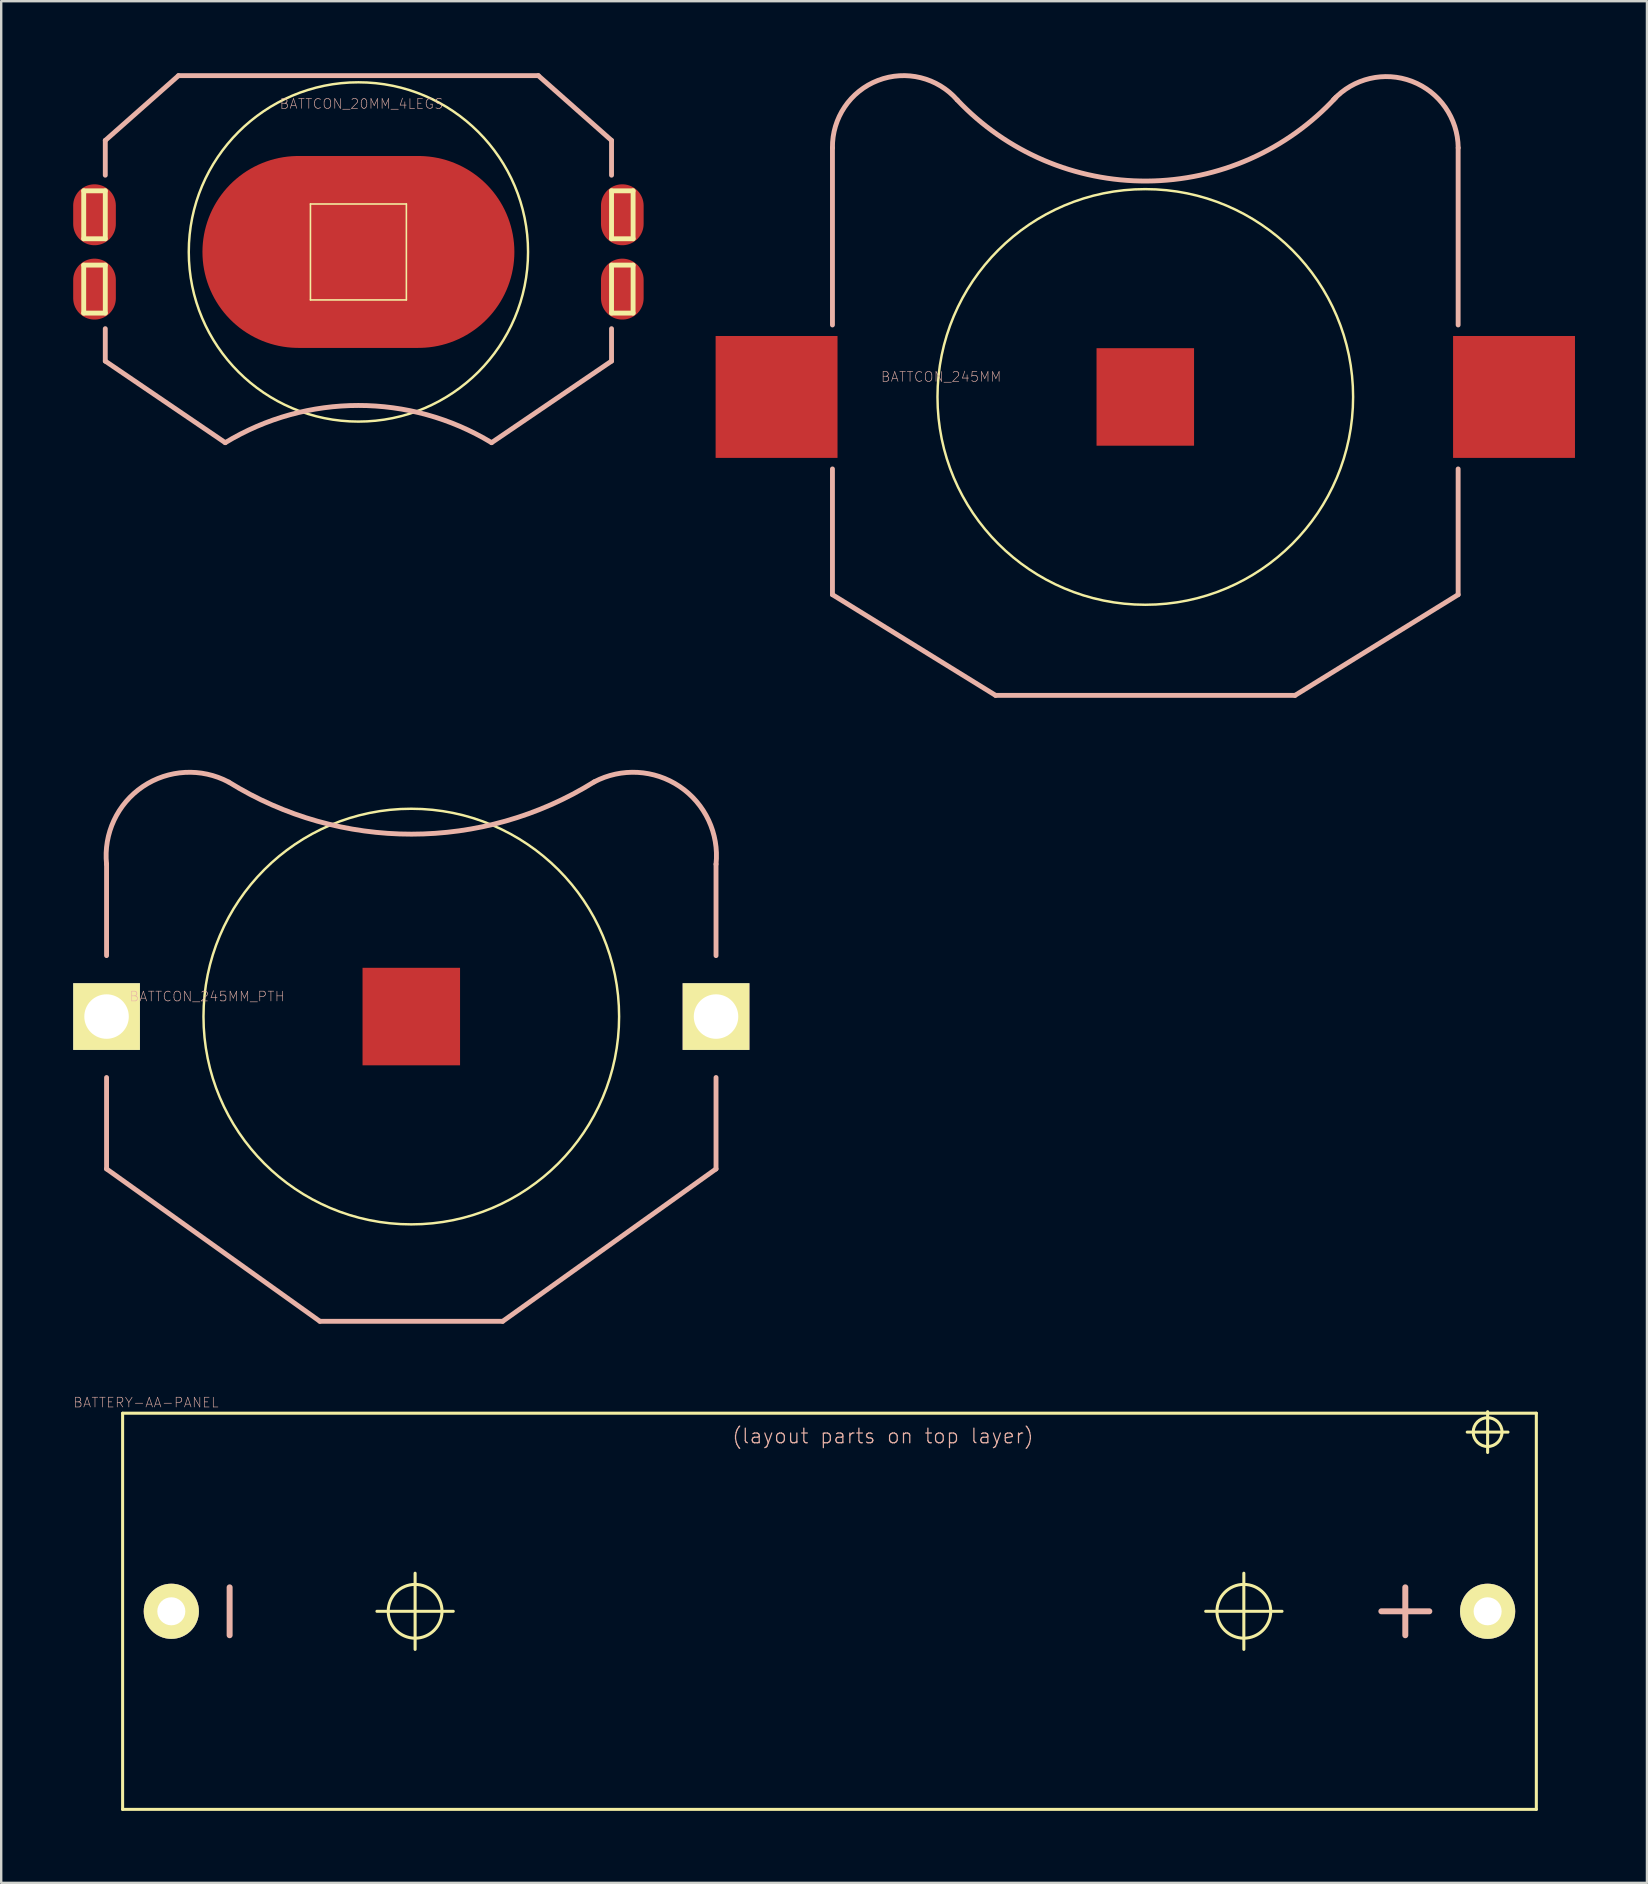
<source format=kicad_pcb>
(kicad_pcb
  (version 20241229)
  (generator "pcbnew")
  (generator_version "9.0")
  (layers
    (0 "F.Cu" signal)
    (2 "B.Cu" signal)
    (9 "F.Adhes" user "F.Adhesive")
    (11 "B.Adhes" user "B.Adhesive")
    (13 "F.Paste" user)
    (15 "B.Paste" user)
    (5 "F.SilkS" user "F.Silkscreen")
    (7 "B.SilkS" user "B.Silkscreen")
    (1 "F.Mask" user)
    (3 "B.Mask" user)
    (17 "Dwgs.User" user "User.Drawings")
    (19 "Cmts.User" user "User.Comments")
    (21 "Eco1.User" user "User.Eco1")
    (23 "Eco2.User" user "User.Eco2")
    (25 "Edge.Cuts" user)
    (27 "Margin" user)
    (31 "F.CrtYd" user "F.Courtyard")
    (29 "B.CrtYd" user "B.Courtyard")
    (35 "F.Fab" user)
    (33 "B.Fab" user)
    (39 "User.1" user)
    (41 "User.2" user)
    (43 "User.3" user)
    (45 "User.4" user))
  (footprint "BATTCON_245MM_PTH"
    (layer "F.Cu")
    (at 14.091 39.316)
    (property "Reference" "BATTCON_245MM_PTH" (at -8.509 -0.838 0) (layer "B.SilkS") (effects (font (size 0.406 0.406) (thickness 0.025))))
    (attr smd)
    (fp_circle (center 0 0) (end -6.124 6.124) (stroke (width 0.102) (type solid)) (fill no) (layer "F.SilkS"))
    (fp_line (start -12.7 -6.35) (end -12.7 -2.54) (stroke (width 0.203) (type solid)) (layer "B.SilkS"))
    (fp_line (start -12.7 6.35) (end -12.7 2.54) (stroke (width 0.203) (type solid)) (layer "B.SilkS"))
    (fp_line (start -3.81 12.7) (end -12.7 6.35) (stroke (width 0.203) (type solid)) (layer "B.SilkS"))
    (fp_line (start -3.81 12.7) (end 3.81 12.7) (stroke (width 0.203) (type solid)) (layer "B.SilkS"))
    (fp_line (start 3.81 12.7) (end 12.7 6.35) (stroke (width 0.203) (type solid)) (layer "B.SilkS"))
    (fp_line (start 12.7 -6.35) (end 12.7 -2.54) (stroke (width 0.203) (type solid)) (layer "B.SilkS"))
    (fp_line (start 12.7 6.35) (end 12.7 2.54) (stroke (width 0.203) (type solid)) (layer "B.SilkS"))
    (fp_arc (start -12.7 -6.35) (mid -11.187518 -9.585872) (end -7.620839 -9.778918) (stroke (width 0.2032) (type solid)) (layer "B.SilkS"))
    (fp_arc (start 7.62 -9.779) (mid 0.010843 -7.601697) (end -7.601579 -9.767556) (stroke (width 0.2032) (type solid)) (layer "B.SilkS"))
    (fp_arc (start 7.62 -9.779) (mid 11.187195 -9.586651) (end 12.700534 -6.350653) (stroke (width 0.2032) (type solid)) (layer "B.SilkS"))
    (pad "1" thru_hole rect (at -12.7 0) (size 2.781 2.781) (drill 1.854) (layers "*.Cu" "F.Mask" "F.SilkS" "F.Paste"))
    (pad "2" smd rect (at 0 0) (size 4.064 4.064) (layers "F.Cu" "F.Mask" "F.Paste"))
    (pad "3" thru_hole rect (at 12.7 0) (size 2.781 2.781) (drill 1.854) (layers "*.Cu" "F.Mask" "F.SilkS" "F.Paste")))
  (footprint "BATTERY-AA-PANEL"
    (layer "F.Cu")
    (at 31.519 64.102)
    (property "Reference" "BATTERY-AA-PANEL" (at -28.484 -8.702 0) (layer "B.SilkS") (effects (font (size 0.406 0.406) (thickness 0.025))))
    (attr exclude_from_pos_files exclude_from_bom)
    (fp_line (start -29.459 -8.255) (end -29.459 8.255) (stroke (width 0.127) (type solid)) (layer "F.SilkS"))
    (fp_line (start -29.459 8.255) (end 29.459 8.255) (stroke (width 0.127) (type solid)) (layer "F.SilkS"))
    (fp_line (start -18.86 0) (end -15.679 0) (stroke (width 0.127) (type solid)) (layer "F.SilkS"))
    (fp_line (start -17.269 1.587) (end -17.269 -1.587) (stroke (width 0.127) (type solid)) (layer "F.SilkS"))
    (fp_line (start 15.679 0) (end 18.86 0) (stroke (width 0.127) (type solid)) (layer "F.SilkS"))
    (fp_line (start 17.269 1.587) (end 17.269 -1.587) (stroke (width 0.127) (type solid)) (layer "F.SilkS"))
    (fp_line (start 26.579 -7.468) (end 28.278 -7.468) (stroke (width 0.127) (type solid)) (layer "F.SilkS"))
    (fp_line (start 27.429 -6.619) (end 27.429 -8.319) (stroke (width 0.127) (type solid)) (layer "F.SilkS"))
    (fp_line (start 29.459 -8.255) (end -29.459 -8.255) (stroke (width 0.127) (type solid)) (layer "F.SilkS"))
    (fp_line (start 29.459 8.255) (end 29.459 -8.255) (stroke (width 0.127) (type solid)) (layer "F.SilkS"))
    (fp_circle (center -17.269 0) (end -18.062 0.792) (stroke (width 0.127) (type solid)) (fill no) (layer "F.SilkS"))
    (fp_circle (center 17.269 0) (end 18.062 0.792) (stroke (width 0.127) (type solid)) (fill no) (layer "F.SilkS"))
    (fp_circle (center 27.429 -7.468) (end 27.854 -7.892) (stroke (width 0.127) (type solid)) (fill no) (layer "F.SilkS"))
    (fp_line (start -24.999 -0.998) (end -24.999 0.998) (stroke (width 0.249) (type solid)) (layer "B.SilkS"))
    (fp_line (start 23 0) (end 24.999 0) (stroke (width 0.249) (type solid)) (layer "B.SilkS"))
    (fp_line (start 23.998 -0.998) (end 23.998 0.998) (stroke (width 0.249) (type solid)) (layer "B.SilkS"))
    (fp_text user "(layout parts on top layer)" (at 2.228 -7.303 0) (layer "B.SilkS") (effects (font (size 0.61 0.61) (thickness 0.051))))
    (pad "+" thru_hole circle (at 27.429 0) (size 2.299 2.299) (drill 1.168) (layers "*.Cu" "F.Mask" "F.SilkS" "F.Paste"))
    (pad "-" thru_hole circle (at -27.429 0) (size 2.299 2.299) (drill 1.168) (layers "*.Cu" "F.Mask" "F.SilkS" "F.Paste")))
  (footprint "BATTCON_20MM_4LEGS"
    (layer "F.Cu")
    (at 11.887 7.45)
    (property "Reference" "BATTCON_20MM_4LEGS" (at 0.127 -6.172 0) (layer "B.SilkS") (effects (font (size 0.406 0.406) (thickness 0.025))))
    (attr smd)
    (fp_line (start -11.448 -2.548) (end -10.549 -2.548) (stroke (width 0.203) (type solid)) (layer "F.SilkS"))
    (fp_line (start -11.448 -0.549) (end -11.448 -2.548) (stroke (width 0.203) (type solid)) (layer "F.SilkS"))
    (fp_line (start -11.448 0.549) (end -10.549 0.549) (stroke (width 0.203) (type solid)) (layer "F.SilkS"))
    (fp_line (start -11.448 2.548) (end -11.448 0.549) (stroke (width 0.203) (type solid)) (layer "F.SilkS"))
    (fp_line (start -10.549 -2.548) (end -10.549 -0.549) (stroke (width 0.203) (type solid)) (layer "F.SilkS"))
    (fp_line (start -10.549 -0.549) (end -11.448 -0.549) (stroke (width 0.203) (type solid)) (layer "F.SilkS"))
    (fp_line (start -10.549 0.549) (end -10.549 2.548) (stroke (width 0.203) (type solid)) (layer "F.SilkS"))
    (fp_line (start -10.549 2.548) (end -11.448 2.548) (stroke (width 0.203) (type solid)) (layer "F.SilkS"))
    (fp_line (start -1.999 -1.999) (end 1.999 -1.999) (stroke (width 0.066) (type solid)) (layer "F.SilkS"))
    (fp_line (start -1.999 1.999) (end -1.999 -1.999) (stroke (width 0.066) (type solid)) (layer "F.SilkS"))
    (fp_line (start -1.999 1.999) (end 1.999 1.999) (stroke (width 0.066) (type solid)) (layer "F.SilkS"))
    (fp_line (start 1.999 1.999) (end 1.999 -1.999) (stroke (width 0.066) (type solid)) (layer "F.SilkS"))
    (fp_line (start 10.549 -2.548) (end 10.549 -0.549) (stroke (width 0.203) (type solid)) (layer "F.SilkS"))
    (fp_line (start 10.549 -2.548) (end 11.448 -2.548) (stroke (width 0.203) (type solid)) (layer "F.SilkS"))
    (fp_line (start 10.549 0.549) (end 10.549 2.548) (stroke (width 0.203) (type solid)) (layer "F.SilkS"))
    (fp_line (start 10.549 0.549) (end 11.448 0.549) (stroke (width 0.203) (type solid)) (layer "F.SilkS"))
    (fp_line (start 11.448 -2.548) (end 11.448 -0.549) (stroke (width 0.203) (type solid)) (layer "F.SilkS"))
    (fp_line (start 11.448 -0.549) (end 10.549 -0.549) (stroke (width 0.203) (type solid)) (layer "F.SilkS"))
    (fp_line (start 11.448 0.549) (end 11.448 2.548) (stroke (width 0.203) (type solid)) (layer "F.SilkS"))
    (fp_line (start 11.448 2.548) (end 10.549 2.548) (stroke (width 0.203) (type solid)) (layer "F.SilkS"))
    (fp_circle (center 0 0) (end -4.999 4.999) (stroke (width 0.102) (type solid)) (fill no) (layer "F.SilkS"))
    (fp_line (start -10.549 -3.198) (end -10.549 -4.648) (stroke (width 0.203) (type solid)) (layer "B.SilkS"))
    (fp_line (start -10.549 4.549) (end -10.549 3.198) (stroke (width 0.203) (type solid)) (layer "B.SilkS"))
    (fp_line (start -7.498 -7.348) (end -10.549 -4.648) (stroke (width 0.203) (type solid)) (layer "B.SilkS"))
    (fp_line (start -7.498 -7.348) (end 7.498 -7.348) (stroke (width 0.203) (type solid)) (layer "B.SilkS"))
    (fp_line (start -5.55 7.948) (end -10.549 4.549) (stroke (width 0.203) (type solid)) (layer "B.SilkS"))
    (fp_line (start 7.498 -7.348) (end 10.549 -4.648) (stroke (width 0.203) (type solid)) (layer "B.SilkS"))
    (fp_line (start 10.549 -4.648) (end 10.549 -3.198) (stroke (width 0.203) (type solid)) (layer "B.SilkS"))
    (fp_line (start 10.549 4.549) (end 5.55 7.948) (stroke (width 0.203) (type solid)) (layer "B.SilkS"))
    (fp_line (start 10.549 4.549) (end 10.549 3.198) (stroke (width 0.203) (type solid)) (layer "B.SilkS"))
    (fp_arc (start -5.5499 7.94766) (mid -0.001137 6.397783) (end 5.547956 7.946482) (stroke (width 0.2032) (type solid)) (layer "B.SilkS"))
    (pad "NEGA" smd oval (at 0 0) (size 13 7.998) (layers "F.Cu" "F.Mask" "F.Paste"))
    (pad "POSI" smd oval (at -10.998 -1.549 90) (size 2.54 1.778) (layers "F.Cu" "F.Mask" "F.Paste"))
    (pad "POSI" smd oval (at -10.998 1.549 90) (size 2.54 1.778) (layers "F.Cu" "F.Mask" "F.Paste"))
    (pad "POSI" smd oval (at 10.998 -1.549 90) (size 2.54 1.778) (layers "F.Cu" "F.Mask" "F.Paste"))
    (pad "POSI" smd oval (at 10.998 1.549 90) (size 2.54 1.778) (layers "F.Cu" "F.Mask" "F.Paste")))
  (footprint "BATTCON_245MM"
    (layer "F.Cu")
    (at 44.681 13.493)
    (property "Reference" "BATTCON_245MM" (at -8.509 -0.838 0) (layer "B.SilkS") (effects (font (size 0.406 0.406) (thickness 0.025))))
    (attr smd)
    (fp_circle (center 0 0) (end -6.124 6.124) (stroke (width 0.102) (type solid)) (fill no) (layer "F.SilkS"))
    (fp_line (start -13.038 -10.378) (end -13.038 -3) (stroke (width 0.203) (type solid)) (layer "B.SilkS"))
    (fp_line (start -13.038 8.24) (end -13.038 3) (stroke (width 0.203) (type solid)) (layer "B.SilkS"))
    (fp_line (start -6.238 12.438) (end -13.038 8.24) (stroke (width 0.203) (type solid)) (layer "B.SilkS"))
    (fp_line (start -6.238 12.438) (end 6.238 12.438) (stroke (width 0.203) (type solid)) (layer "B.SilkS"))
    (fp_line (start 6.238 12.438) (end 13.038 8.24) (stroke (width 0.203) (type solid)) (layer "B.SilkS"))
    (fp_line (start 13.038 -10.378) (end 13.038 -3) (stroke (width 0.203) (type solid)) (layer "B.SilkS"))
    (fp_line (start 13.038 8.24) (end 13.038 3) (stroke (width 0.203) (type solid)) (layer "B.SilkS"))
    (fp_arc (start -13.03782 -10.37844) (mid -11.138411 -13.192619) (end -7.841461 -12.381768) (stroke (width 0.2032) (type solid)) (layer "B.SilkS"))
    (fp_arc (start 7.83844 -12.37996) (mid 11.117815 -13.152128) (end 13.040564 -10.385617) (stroke (width 0.2032) (type solid)) (layer "B.SilkS"))
    (fp_arc (start 7.9375 -12.47902) (mid 0.073459 -8.997965) (end -7.835686 -12.375286) (stroke (width 0.2032) (type solid)) (layer "B.SilkS"))
    (pad "1" smd rect (at -15.367 0) (size 5.08 5.08) (layers "F.Cu" "F.Mask" "F.Paste"))
    (pad "2" smd rect (at 0 0) (size 4.064 4.064) (layers "F.Cu" "F.Mask" "F.Paste"))
    (pad "3" smd rect (at 15.367 0) (size 5.08 5.08) (layers "F.Cu" "F.Mask" "F.Paste")))
  (gr_rect
    (start -3 -3)
    (end 65.588 75.42)
    (stroke (width 0.1) (type default))
    (fill no)
    (layer "Edge.Cuts")))
</source>
